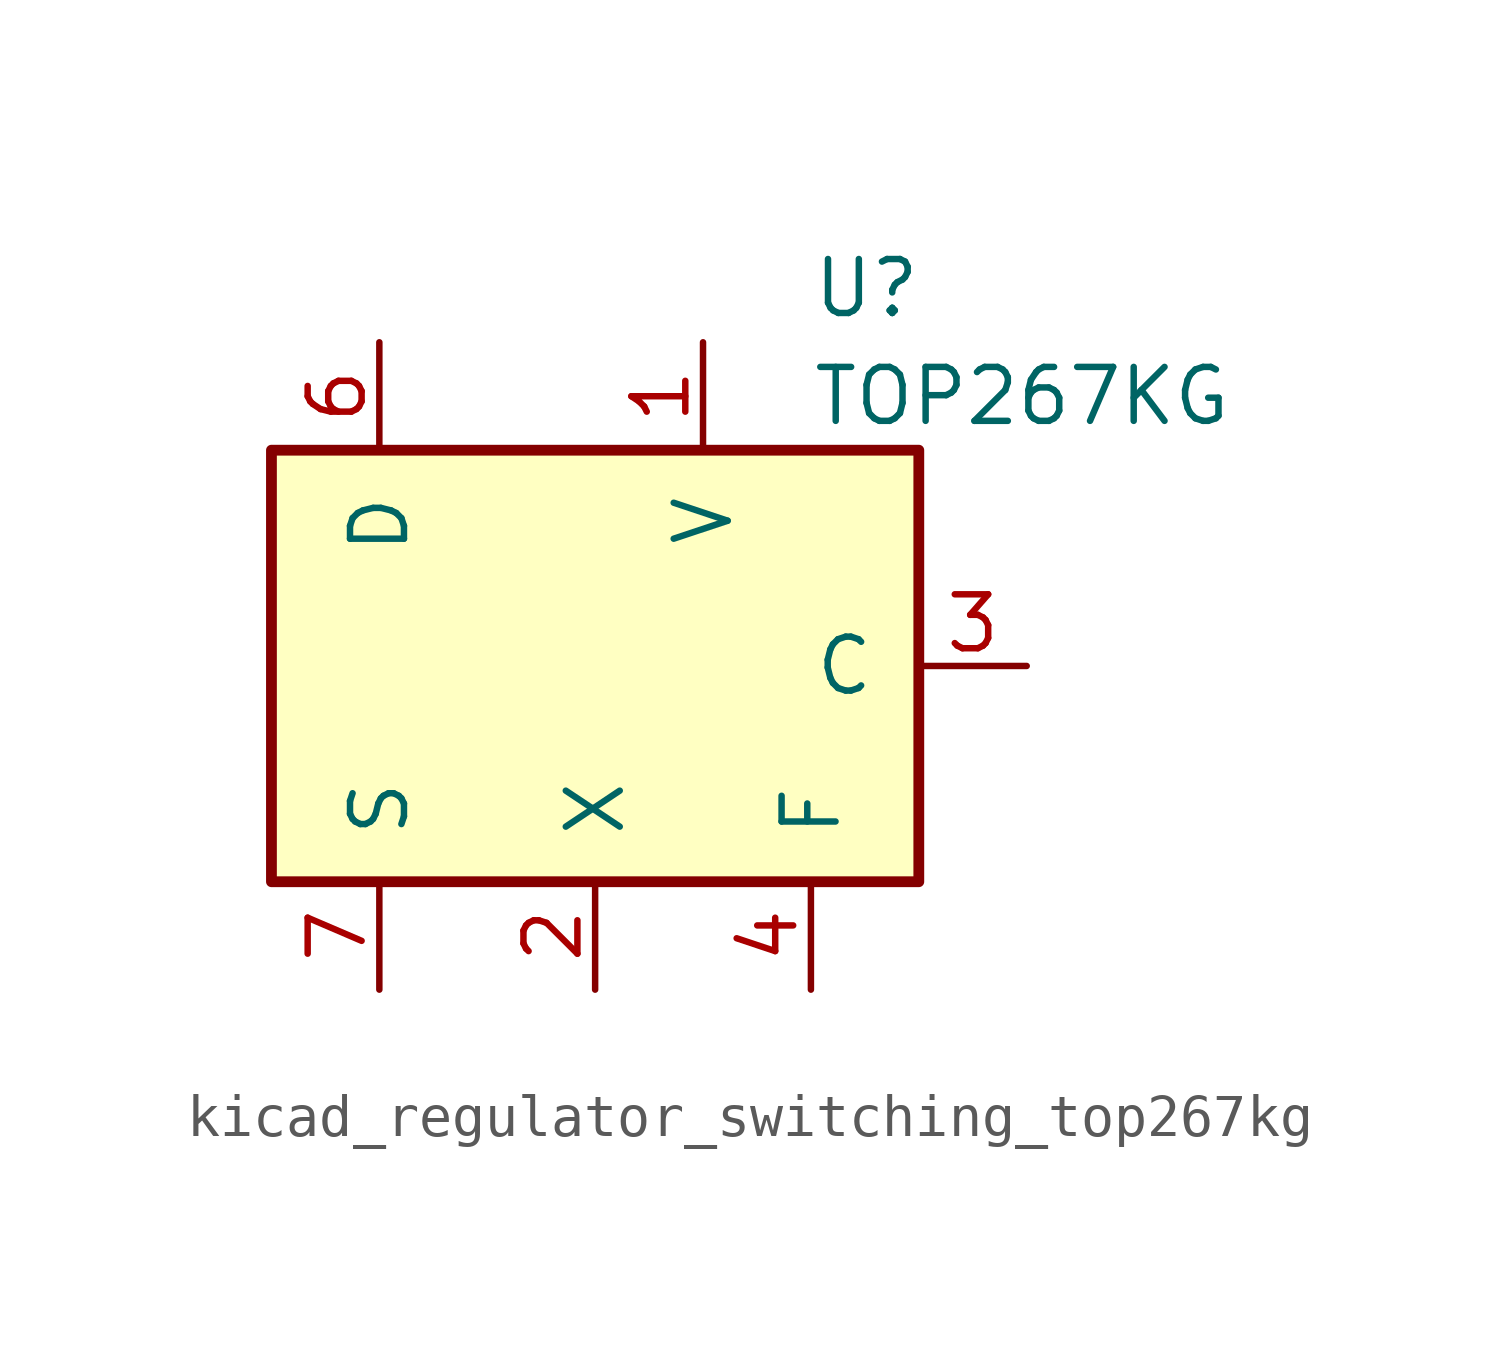
<source format=kicad_sym>
(kicad_symbol_lib
  (version 20220914)
  (generator kicad_symbol_editor)
  (symbol "kicad_regulator_switching_top267kg"
    (pin_names
      (offset 1.016))
    (property "Reference" "U"
      (at 5.08 8.89 0)
      (effects (font (size 1.27 1.27)) (justify left)))
    (property "Value" "TOP267KG"
      (at 5.08 6.35 0)
      (effects (font (size 1.27 1.27)) (justify left)))
    (symbol "kicad_regulator_switching_top267kg_0_1"
      (rectangle (start -7.62 5.08) (end 7.62 -5.08) (stroke (width 0.254) (type default)) (fill (type background))))
    (symbol "kicad_regulator_switching_top267kg_1_1"
      (pin input line (at 2.54 7.62 270) (length 2.54) (name "V" (effects (font (size 1.27 1.27)))) (number "1" (effects (font (size 1.27 1.27)))))
      (pin passive line (at -5.08 -7.62 90) (length 2.54) hide (name "S" (effects (font (size 1.27 1.27)))) (number "10" (effects (font (size 1.27 1.27)))))
      (pin passive line (at -5.08 -7.62 90) (length 2.54) hide (name "S" (effects (font (size 1.27 1.27)))) (number "11" (effects (font (size 1.27 1.27)))))
      (pin passive line (at -5.08 -7.62 90) (length 2.54) hide (name "S" (effects (font (size 1.27 1.27)))) (number "12" (effects (font (size 1.27 1.27)))))
      (pin input line (at 0 -7.62 90) (length 2.54) (name "X" (effects (font (size 1.27 1.27)))) (number "2" (effects (font (size 1.27 1.27)))))
      (pin input line (at 10.16 0 180) (length 2.54) (name "C" (effects (font (size 1.27 1.27)))) (number "3" (effects (font (size 1.27 1.27)))))
      (pin passive line (at 5.08 -7.62 90) (length 2.54) (name "F" (effects (font (size 1.27 1.27)))) (number "4" (effects (font (size 1.27 1.27)))))
      (pin open_collector line (at -5.08 7.62 270) (length 2.54) (name "D" (effects (font (size 1.27 1.27)))) (number "6" (effects (font (size 1.27 1.27)))))
      (pin power_in line (at -5.08 -7.62 90) (length 2.54) (name "S" (effects (font (size 1.27 1.27)))) (number "7" (effects (font (size 1.27 1.27)))))
      (pin passive line (at -5.08 -7.62 90) (length 2.54) hide (name "S" (effects (font (size 1.27 1.27)))) (number "8" (effects (font (size 1.27 1.27)))))
      (pin passive line (at -5.08 -7.62 90) (length 2.54) hide (name "S" (effects (font (size 1.27 1.27)))) (number "9" (effects (font (size 1.27 1.27))))))))
</source>
